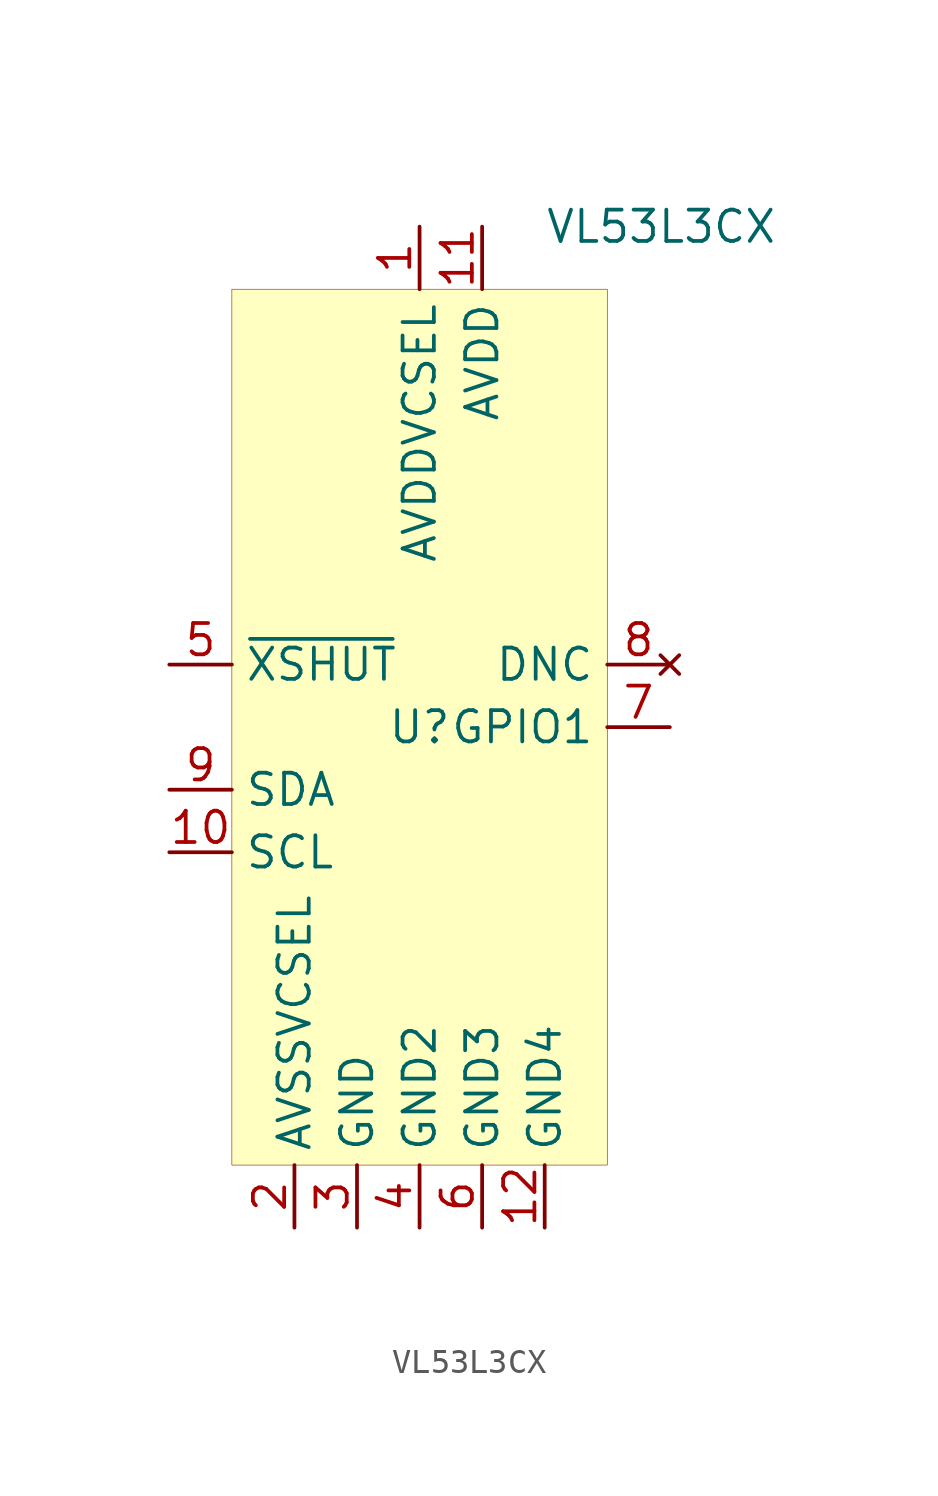
<source format=kicad_sym>
(kicad_symbol_lib
  (version 20201005)
  (generator kicad_symbol_editor)
  (symbol "Jmptable_Sensor_Proximity:VL53L3CX"
    (property "Reference" "U"
      (at 0 0 0)
      (effects (font (size 1.27 1.27))))
    (property "Value" "VL53L3CX"
      (at 5.08 20.32 0)
      (effects (font (size 1.27 1.27)) (justify left)))
    (symbol "VL53L3CX_0_1"
      (rectangle (start -7.62 17.78) (end 7.62 -17.78) (stroke (width 0.001)) (fill (type background))))
    (symbol "VL53L3CX_0_0"
      (pin power_in line (at 0 20.32 270) (length 2.54) (name "AVDDVCSEL" (effects (font (size 1.27 1.27)))) (number "1" (effects (font (size 1.27 1.27)))))
      (pin power_in line (at -5.08 -20.32 90) (length 2.54) (name "AVSSVCSEL" (effects (font (size 1.27 1.27)))) (number "2" (effects (font (size 1.27 1.27)))))
      (pin power_in line (at -2.54 -20.32 90) (length 2.54) (name "GND" (effects (font (size 1.27 1.27)))) (number "3" (effects (font (size 1.27 1.27)))))
      (pin power_in line (at 0 -20.32 90) (length 2.54) (name "GND2" (effects (font (size 1.27 1.27)))) (number "4" (effects (font (size 1.27 1.27)))))
      (pin input line (at -10.16 2.54 0) (length 2.54) (name "~XSHUT" (effects (font (size 1.27 1.27)))) (number "5" (effects (font (size 1.27 1.27)))))
      (pin power_in line (at 2.54 -20.32 90) (length 2.54) (name "GND3" (effects (font (size 1.27 1.27)))) (number "6" (effects (font (size 1.27 1.27)))))
      (pin open_collector line (at 10.16 0 180) (length 2.54) (name "GPIO1" (effects (font (size 1.27 1.27)))) (number "7" (effects (font (size 1.27 1.27)))))
      (pin unconnected line (at 10.16 2.54 180) (length 2.54) (name "DNC" (effects (font (size 1.27 1.27)))) (number "8" (effects (font (size 1.27 1.27)))))
      (pin bidirectional line (at -10.16 -2.54 0) (length 2.54) (name "SDA" (effects (font (size 1.27 1.27)))) (number "9" (effects (font (size 1.27 1.27)))))
      (pin input line (at -10.16 -5.08 0) (length 2.54) (name "SCL" (effects (font (size 1.27 1.27)))) (number "10" (effects (font (size 1.27 1.27)))))
      (pin power_in line (at 2.54 20.32 270) (length 2.54) (name "AVDD" (effects (font (size 1.27 1.27)))) (number "11" (effects (font (size 1.27 1.27)))))
      (pin power_in line (at 5.08 -20.32 90) (length 2.54) (name "GND4" (effects (font (size 1.27 1.27)))) (number "12" (effects (font (size 1.27 1.27))))))))
</source>
